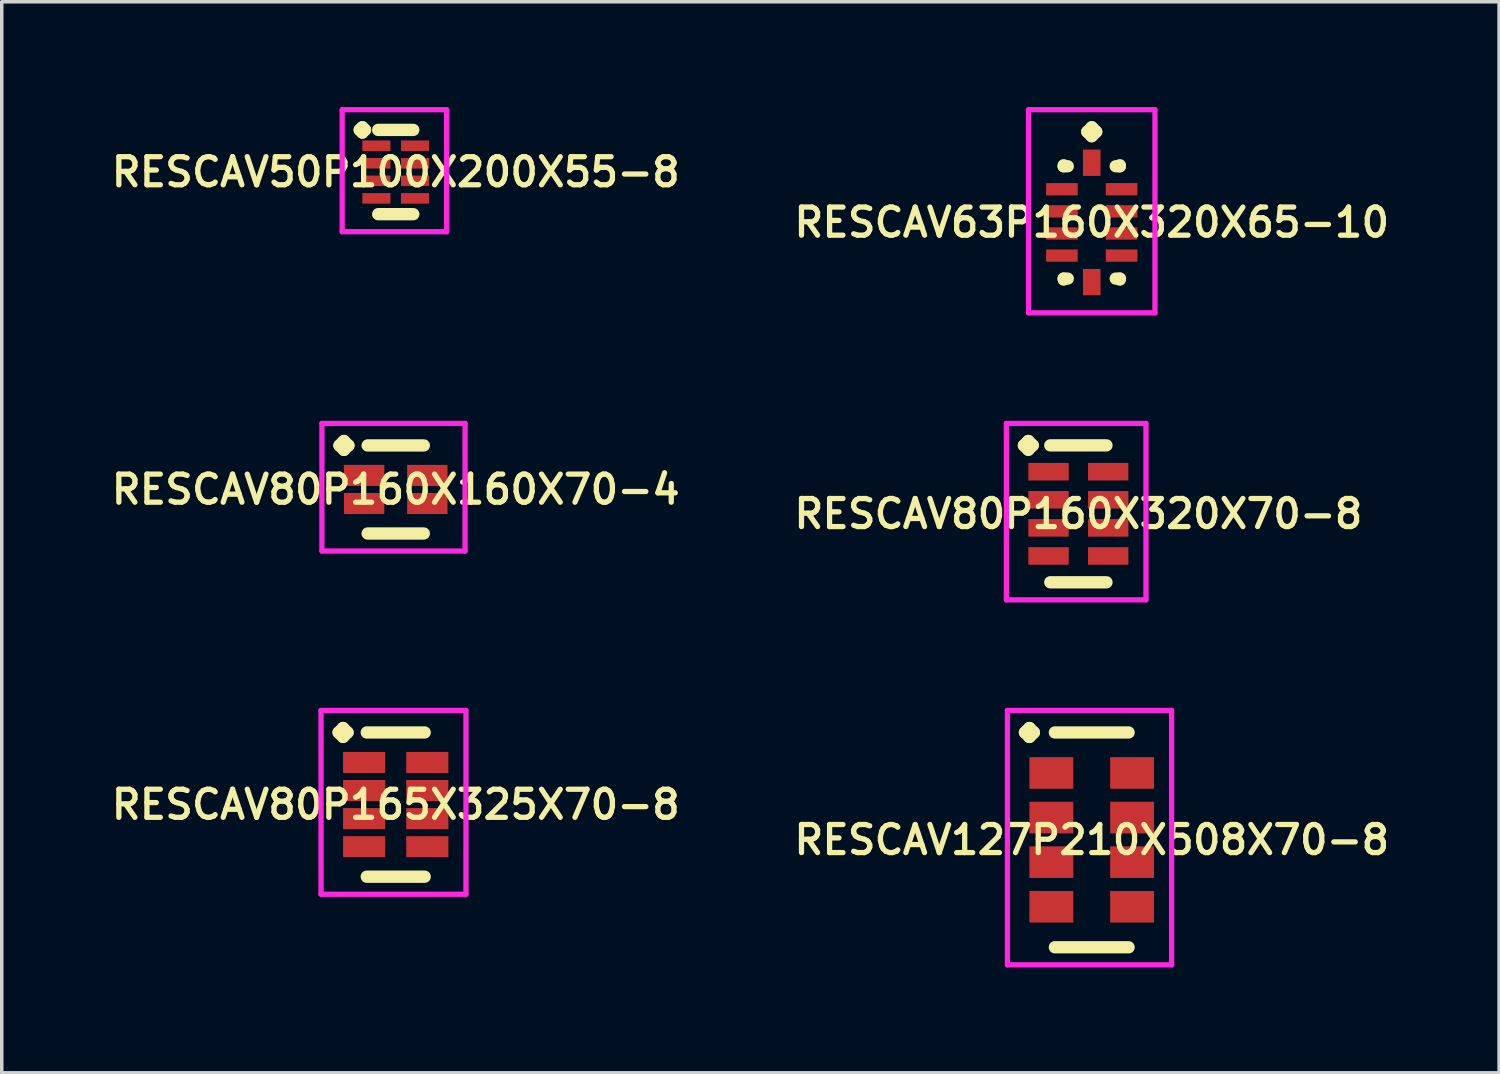
<source format=kicad_pcb>
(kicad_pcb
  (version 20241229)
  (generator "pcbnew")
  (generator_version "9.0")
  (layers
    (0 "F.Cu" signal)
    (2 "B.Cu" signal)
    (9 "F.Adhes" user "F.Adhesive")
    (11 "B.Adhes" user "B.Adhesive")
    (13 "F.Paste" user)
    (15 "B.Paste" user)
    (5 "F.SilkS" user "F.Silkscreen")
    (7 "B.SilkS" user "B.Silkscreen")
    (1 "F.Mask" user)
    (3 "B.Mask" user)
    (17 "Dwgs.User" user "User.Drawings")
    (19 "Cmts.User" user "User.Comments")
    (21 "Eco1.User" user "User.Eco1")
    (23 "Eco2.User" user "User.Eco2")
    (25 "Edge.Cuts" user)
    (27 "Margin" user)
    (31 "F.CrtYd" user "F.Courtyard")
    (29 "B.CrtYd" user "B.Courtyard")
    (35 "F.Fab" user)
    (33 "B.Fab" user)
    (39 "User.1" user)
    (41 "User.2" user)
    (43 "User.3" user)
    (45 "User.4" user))
  (footprint "RESCAV50P100X200X55-8"
    (layer "F.Cu")
    (at 8.221 1.85)
    (property "Reference" "RESCAV50P100X200X55-8" (at 0 0 0) (layer "F.SilkS") (effects (font (size 0.8 0.8) (thickness 0.15))))
    (attr smd)
    (fp_line (start -1.025 -1.2) (end -0.95 -1.275) (stroke (width 0.35) (type solid)) (layer "F.SilkS"))
    (fp_line (start -0.95 -1.275) (end -0.875 -1.2) (stroke (width 0.35) (type solid)) (layer "F.SilkS"))
    (fp_line (start -0.95 -1.125) (end -1.025 -1.2) (stroke (width 0.35) (type solid)) (layer "F.SilkS"))
    (fp_line (start -0.875 -1.2) (end -0.95 -1.125) (stroke (width 0.35) (type solid)) (layer "F.SilkS"))
    (fp_line (start -0.5 -1.2) (end 0.5 -1.2) (stroke (width 0.35) (type solid)) (layer "F.SilkS"))
    (fp_line (start -0.5 1.2) (end 0.5 1.2) (stroke (width 0.35) (type solid)) (layer "F.SilkS"))
    (fp_line (start -1.525 -1.775) (end 1.45 -1.775) (stroke (width 0.15) (type solid)) (layer "F.CrtYd"))
    (fp_line (start -1.525 1.7) (end -1.525 -1.775) (stroke (width 0.15) (type solid)) (layer "F.CrtYd"))
    (fp_line (start 1.45 -1.775) (end 1.45 1.7) (stroke (width 0.15) (type solid)) (layer "F.CrtYd"))
    (fp_line (start 1.45 1.7) (end -1.525 1.7) (stroke (width 0.15) (type solid)) (layer "F.CrtYd"))
    (pad "1" smd rect (at -0.55 -0.75) (size 0.8 0.3) (layers "F.Cu" "F.Mask" "F.Paste"))
    (pad "2" smd rect (at -0.55 -0.25) (size 0.8 0.3) (layers "F.Cu" "F.Mask" "F.Paste"))
    (pad "3" smd rect (at -0.55 0.25) (size 0.8 0.3) (layers "F.Cu" "F.Mask" "F.Paste"))
    (pad "4" smd rect (at -0.55 0.75) (size 0.8 0.3) (layers "F.Cu" "F.Mask" "F.Paste"))
    (pad "5" smd rect (at 0.55 0.75) (size 0.8 0.3) (layers "F.Cu" "F.Mask" "F.Paste"))
    (pad "6" smd rect (at 0.55 0.25) (size 0.8 0.3) (layers "F.Cu" "F.Mask" "F.Paste"))
    (pad "7" smd rect (at 0.55 -0.25) (size 0.8 0.3) (layers "F.Cu" "F.Mask" "F.Paste"))
    (pad "8" smd rect (at 0.55 -0.75) (size 0.8 0.3) (layers "F.Cu" "F.Mask" "F.Paste")))
  (footprint "RESCAV63P160X320X65-10"
    (layer "F.Cu")
    (at 28.045 3.285)
    (property "Reference" "RESCAV63P160X320X65-10" (at 0 0 0) (layer "F.SilkS") (effects (font (size 0.8 0.8) (thickness 0.15))))
    (attr smd)
    (fp_line (start -0.8 -1.628) (end -0.8 -1.6) (stroke (width 0.35) (type solid)) (layer "F.SilkS"))
    (fp_line (start -0.8 -1.6) (end -0.683 -1.6) (stroke (width 0.35) (type solid)) (layer "F.SilkS"))
    (fp_line (start -0.8 1.6) (end -0.683 1.6) (stroke (width 0.35) (type solid)) (layer "F.SilkS"))
    (fp_line (start -0.8 1.628) (end -0.8 1.6) (stroke (width 0.35) (type solid)) (layer "F.SilkS"))
    (fp_line (start -0.127 -2.583) (end 0 -2.71) (stroke (width 0.35) (type solid)) (layer "F.SilkS"))
    (fp_line (start 0 -2.71) (end 0.127 -2.583) (stroke (width 0.35) (type solid)) (layer "F.SilkS"))
    (fp_line (start 0 -2.456) (end -0.127 -2.583) (stroke (width 0.35) (type solid)) (layer "F.SilkS"))
    (fp_line (start 0.127 -2.583) (end 0 -2.456) (stroke (width 0.35) (type solid)) (layer "F.SilkS"))
    (fp_line (start 0.8 -1.628) (end 0.8 -1.6) (stroke (width 0.35) (type solid)) (layer "F.SilkS"))
    (fp_line (start 0.8 -1.6) (end 0.683 -1.6) (stroke (width 0.35) (type solid)) (layer "F.SilkS"))
    (fp_line (start 0.8 1.6) (end 0.683 1.6) (stroke (width 0.35) (type solid)) (layer "F.SilkS"))
    (fp_line (start 0.8 1.628) (end 0.8 1.6) (stroke (width 0.35) (type solid)) (layer "F.SilkS"))
    (fp_line (start -1.8 -3.21) (end 1.8 -3.21) (stroke (width 0.15) (type solid)) (layer "F.CrtYd"))
    (fp_line (start -1.8 2.575) (end -1.8 -3.21) (stroke (width 0.15) (type solid)) (layer "F.CrtYd"))
    (fp_line (start 1.8 -3.21) (end 1.8 2.575) (stroke (width 0.15) (type solid)) (layer "F.CrtYd"))
    (fp_line (start 1.8 2.575) (end -1.8 2.575) (stroke (width 0.15) (type solid)) (layer "F.CrtYd"))
    (pad "1" smd rect (at 0 -1.7) (size 0.5 0.75) (layers "F.Cu" "F.Mask" "F.Paste"))
    (pad "2" smd rect (at -0.85 -0.945) (size 0.9 0.35) (layers "F.Cu" "F.Mask" "F.Paste"))
    (pad "3" smd rect (at -0.85 -0.315) (size 0.9 0.35) (layers "F.Cu" "F.Mask" "F.Paste"))
    (pad "4" smd rect (at -0.85 0.315) (size 0.9 0.35) (layers "F.Cu" "F.Mask" "F.Paste"))
    (pad "5" smd rect (at -0.85 0.945) (size 0.9 0.35) (layers "F.Cu" "F.Mask" "F.Paste"))
    (pad "6" smd rect (at 0 1.7) (size 0.5 0.75) (layers "F.Cu" "F.Mask" "F.Paste"))
    (pad "7" smd rect (at 0.85 0.945) (size 0.9 0.35) (layers "F.Cu" "F.Mask" "F.Paste"))
    (pad "8" smd rect (at 0.85 0.315) (size 0.9 0.35) (layers "F.Cu" "F.Mask" "F.Paste"))
    (pad "9" smd rect (at 0.85 -0.315) (size 0.9 0.35) (layers "F.Cu" "F.Mask" "F.Paste"))
    (pad "10" smd rect (at 0.85 -0.945) (size 0.9 0.35) (layers "F.Cu" "F.Mask" "F.Paste")))
  (footprint "RESCAV80P160X160X70-4"
    (layer "F.Cu")
    (at 8.221 10.891)
    (property "Reference" "RESCAV80P160X160X70-4" (at 0 0 0) (layer "F.SilkS") (effects (font (size 0.8 0.8) (thickness 0.15))))
    (attr smd)
    (fp_line (start -1.602 -1.254) (end -1.475 -1.381) (stroke (width 0.35) (type solid)) (layer "F.SilkS"))
    (fp_line (start -1.475 -1.381) (end -1.348 -1.254) (stroke (width 0.35) (type solid)) (layer "F.SilkS"))
    (fp_line (start -1.475 -1.127) (end -1.602 -1.254) (stroke (width 0.35) (type solid)) (layer "F.SilkS"))
    (fp_line (start -1.348 -1.254) (end -1.475 -1.127) (stroke (width 0.35) (type solid)) (layer "F.SilkS"))
    (fp_line (start -0.8 -1.254) (end 0.8 -1.254) (stroke (width 0.35) (type solid)) (layer "F.SilkS"))
    (fp_line (start -0.8 1.254) (end 0.8 1.254) (stroke (width 0.35) (type solid)) (layer "F.SilkS"))
    (fp_line (start -2.102 -1.881) (end 1.975 -1.881) (stroke (width 0.15) (type solid)) (layer "F.CrtYd"))
    (fp_line (start -2.102 1.754) (end -2.102 -1.881) (stroke (width 0.15) (type solid)) (layer "F.CrtYd"))
    (fp_line (start 1.975 -1.881) (end 1.975 1.754) (stroke (width 0.15) (type solid)) (layer "F.CrtYd"))
    (fp_line (start 1.975 1.754) (end -2.102 1.754) (stroke (width 0.15) (type solid)) (layer "F.CrtYd"))
    (pad "1" smd rect (at -0.9 -0.4) (size 1.15 0.6) (layers "F.Cu" "F.Mask" "F.Paste"))
    (pad "2" smd rect (at -0.9 0.4) (size 1.15 0.6) (layers "F.Cu" "F.Mask" "F.Paste"))
    (pad "3" smd rect (at 0.9 0.4) (size 1.15 0.6) (layers "F.Cu" "F.Mask" "F.Paste"))
    (pad "4" smd rect (at 0.9 -0.4) (size 1.15 0.6) (layers "F.Cu" "F.Mask" "F.Paste")))
  (footprint "RESCAV80P165X325X70-8"
    (layer "F.Cu")
    (at 8.221 19.866)
    (property "Reference" "RESCAV80P165X325X70-8" (at 0 0 0) (layer "F.SilkS") (effects (font (size 0.8 0.8) (thickness 0.15))))
    (attr smd)
    (fp_line (start -1.627 -2.054) (end -1.5 -2.181) (stroke (width 0.35) (type solid)) (layer "F.SilkS"))
    (fp_line (start -1.5 -2.181) (end -1.373 -2.054) (stroke (width 0.35) (type solid)) (layer "F.SilkS"))
    (fp_line (start -1.5 -1.927) (end -1.627 -2.054) (stroke (width 0.35) (type solid)) (layer "F.SilkS"))
    (fp_line (start -1.373 -2.054) (end -1.5 -1.927) (stroke (width 0.35) (type solid)) (layer "F.SilkS"))
    (fp_line (start -0.825 -2.054) (end 0.825 -2.054) (stroke (width 0.35) (type solid)) (layer "F.SilkS"))
    (fp_line (start -0.825 2.054) (end 0.825 2.054) (stroke (width 0.35) (type solid)) (layer "F.SilkS"))
    (fp_line (start -2.127 -2.681) (end 2 -2.681) (stroke (width 0.15) (type solid)) (layer "F.CrtYd"))
    (fp_line (start -2.127 2.554) (end -2.127 -2.681) (stroke (width 0.15) (type solid)) (layer "F.CrtYd"))
    (fp_line (start 2 -2.681) (end 2 2.554) (stroke (width 0.15) (type solid)) (layer "F.CrtYd"))
    (fp_line (start 2 2.554) (end -2.127 2.554) (stroke (width 0.15) (type solid)) (layer "F.CrtYd"))
    (pad "1" smd rect (at -0.9 -1.2) (size 1.2 0.6) (layers "F.Cu" "F.Mask" "F.Paste"))
    (pad "2" smd rect (at -0.9 -0.4) (size 1.2 0.6) (layers "F.Cu" "F.Mask" "F.Paste"))
    (pad "3" smd rect (at -0.9 0.4) (size 1.2 0.6) (layers "F.Cu" "F.Mask" "F.Paste"))
    (pad "4" smd rect (at -0.9 1.2) (size 1.2 0.6) (layers "F.Cu" "F.Mask" "F.Paste"))
    (pad "5" smd rect (at 0.9 1.2) (size 1.2 0.6) (layers "F.Cu" "F.Mask" "F.Paste"))
    (pad "6" smd rect (at 0.9 0.4) (size 1.2 0.6) (layers "F.Cu" "F.Mask" "F.Paste"))
    (pad "7" smd rect (at 0.9 -0.4) (size 1.2 0.6) (layers "F.Cu" "F.Mask" "F.Paste"))
    (pad "8" smd rect (at 0.9 -1.2) (size 1.2 0.6) (layers "F.Cu" "F.Mask" "F.Paste")))
  (footprint "RESCAV80P160X320X70-8"
    (layer "F.Cu")
    (at 27.664 11.585)
    (property "Reference" "RESCAV80P160X320X70-8" (at 0 0 0) (layer "F.SilkS") (effects (font (size 0.8 0.8) (thickness 0.15))))
    (attr smd)
    (fp_line (start -1.55 -1.95) (end -1.425 -2.075) (stroke (width 0.35) (type solid)) (layer "F.SilkS"))
    (fp_line (start -1.425 -2.075) (end -1.3 -1.95) (stroke (width 0.35) (type solid)) (layer "F.SilkS"))
    (fp_line (start -1.425 -1.825) (end -1.55 -1.95) (stroke (width 0.35) (type solid)) (layer "F.SilkS"))
    (fp_line (start -1.3 -1.95) (end -1.425 -1.825) (stroke (width 0.35) (type solid)) (layer "F.SilkS"))
    (fp_line (start -0.8 -1.95) (end 0.8 -1.95) (stroke (width 0.35) (type solid)) (layer "F.SilkS"))
    (fp_line (start -0.8 1.95) (end 0.8 1.95) (stroke (width 0.35) (type solid)) (layer "F.SilkS"))
    (fp_line (start -2.05 -2.575) (end 1.925 -2.575) (stroke (width 0.15) (type solid)) (layer "F.CrtYd"))
    (fp_line (start -2.05 2.45) (end -2.05 -2.575) (stroke (width 0.15) (type solid)) (layer "F.CrtYd"))
    (fp_line (start 1.925 -2.575) (end 1.925 2.45) (stroke (width 0.15) (type solid)) (layer "F.CrtYd"))
    (fp_line (start 1.925 2.45) (end -2.05 2.45) (stroke (width 0.15) (type solid)) (layer "F.CrtYd"))
    (pad "1" smd rect (at -0.85 -1.2) (size 1.15 0.5) (layers "F.Cu" "F.Mask" "F.Paste"))
    (pad "2" smd rect (at -0.85 -0.4) (size 1.15 0.5) (layers "F.Cu" "F.Mask" "F.Paste"))
    (pad "3" smd rect (at -0.85 0.4) (size 1.15 0.5) (layers "F.Cu" "F.Mask" "F.Paste"))
    (pad "4" smd rect (at -0.85 1.2) (size 1.15 0.5) (layers "F.Cu" "F.Mask" "F.Paste"))
    (pad "5" smd rect (at 0.85 1.2) (size 1.15 0.5) (layers "F.Cu" "F.Mask" "F.Paste"))
    (pad "6" smd rect (at 0.85 0.4) (size 1.15 0.5) (layers "F.Cu" "F.Mask" "F.Paste"))
    (pad "7" smd rect (at 0.85 -0.4) (size 1.15 0.5) (layers "F.Cu" "F.Mask" "F.Paste"))
    (pad "8" smd rect (at 0.85 -1.2) (size 1.15 0.5) (layers "F.Cu" "F.Mask" "F.Paste")))
  (footprint "RESCAV127P210X508X70-8"
    (layer "F.Cu")
    (at 28.045 20.871)
    (property "Reference" "RESCAV127P210X508X70-8" (at 0 0 0) (layer "F.SilkS") (effects (font (size 0.8 0.8) (thickness 0.15))))
    (attr smd)
    (fp_line (start -1.902 -3.059) (end -1.775 -3.186) (stroke (width 0.35) (type solid)) (layer "F.SilkS"))
    (fp_line (start -1.775 -3.186) (end -1.648 -3.059) (stroke (width 0.35) (type solid)) (layer "F.SilkS"))
    (fp_line (start -1.775 -2.932) (end -1.902 -3.059) (stroke (width 0.35) (type solid)) (layer "F.SilkS"))
    (fp_line (start -1.648 -3.059) (end -1.775 -2.932) (stroke (width 0.35) (type solid)) (layer "F.SilkS"))
    (fp_line (start -1.05 -3.059) (end 1.05 -3.059) (stroke (width 0.35) (type solid)) (layer "F.SilkS"))
    (fp_line (start -1.05 3.059) (end 1.05 3.059) (stroke (width 0.35) (type solid)) (layer "F.SilkS"))
    (fp_line (start -2.402 -3.686) (end 2.275 -3.686) (stroke (width 0.15) (type solid)) (layer "F.CrtYd"))
    (fp_line (start -2.402 3.559) (end -2.402 -3.686) (stroke (width 0.15) (type solid)) (layer "F.CrtYd"))
    (fp_line (start 2.275 -3.686) (end 2.275 3.559) (stroke (width 0.15) (type solid)) (layer "F.CrtYd"))
    (fp_line (start 2.275 3.559) (end -2.402 3.559) (stroke (width 0.15) (type solid)) (layer "F.CrtYd"))
    (pad "1" smd rect (at -1.15 -1.905) (size 1.25 0.9) (layers "F.Cu" "F.Mask" "F.Paste"))
    (pad "2" smd rect (at -1.15 -0.635) (size 1.25 0.9) (layers "F.Cu" "F.Mask" "F.Paste"))
    (pad "3" smd rect (at -1.15 0.635) (size 1.25 0.9) (layers "F.Cu" "F.Mask" "F.Paste"))
    (pad "4" smd rect (at -1.15 1.905) (size 1.25 0.9) (layers "F.Cu" "F.Mask" "F.Paste"))
    (pad "5" smd rect (at 1.15 1.905) (size 1.25 0.9) (layers "F.Cu" "F.Mask" "F.Paste"))
    (pad "6" smd rect (at 1.15 0.635) (size 1.25 0.9) (layers "F.Cu" "F.Mask" "F.Paste"))
    (pad "7" smd rect (at 1.15 -0.635) (size 1.25 0.9) (layers "F.Cu" "F.Mask" "F.Paste"))
    (pad "8" smd rect (at 1.15 -1.905) (size 1.25 0.9) (layers "F.Cu" "F.Mask" "F.Paste")))
  (gr_rect
    (start -3 -3)
    (end 39.647 27.505)
    (stroke (width 0.1) (type default))
    (fill no)
    (layer "Edge.Cuts")))
</source>
